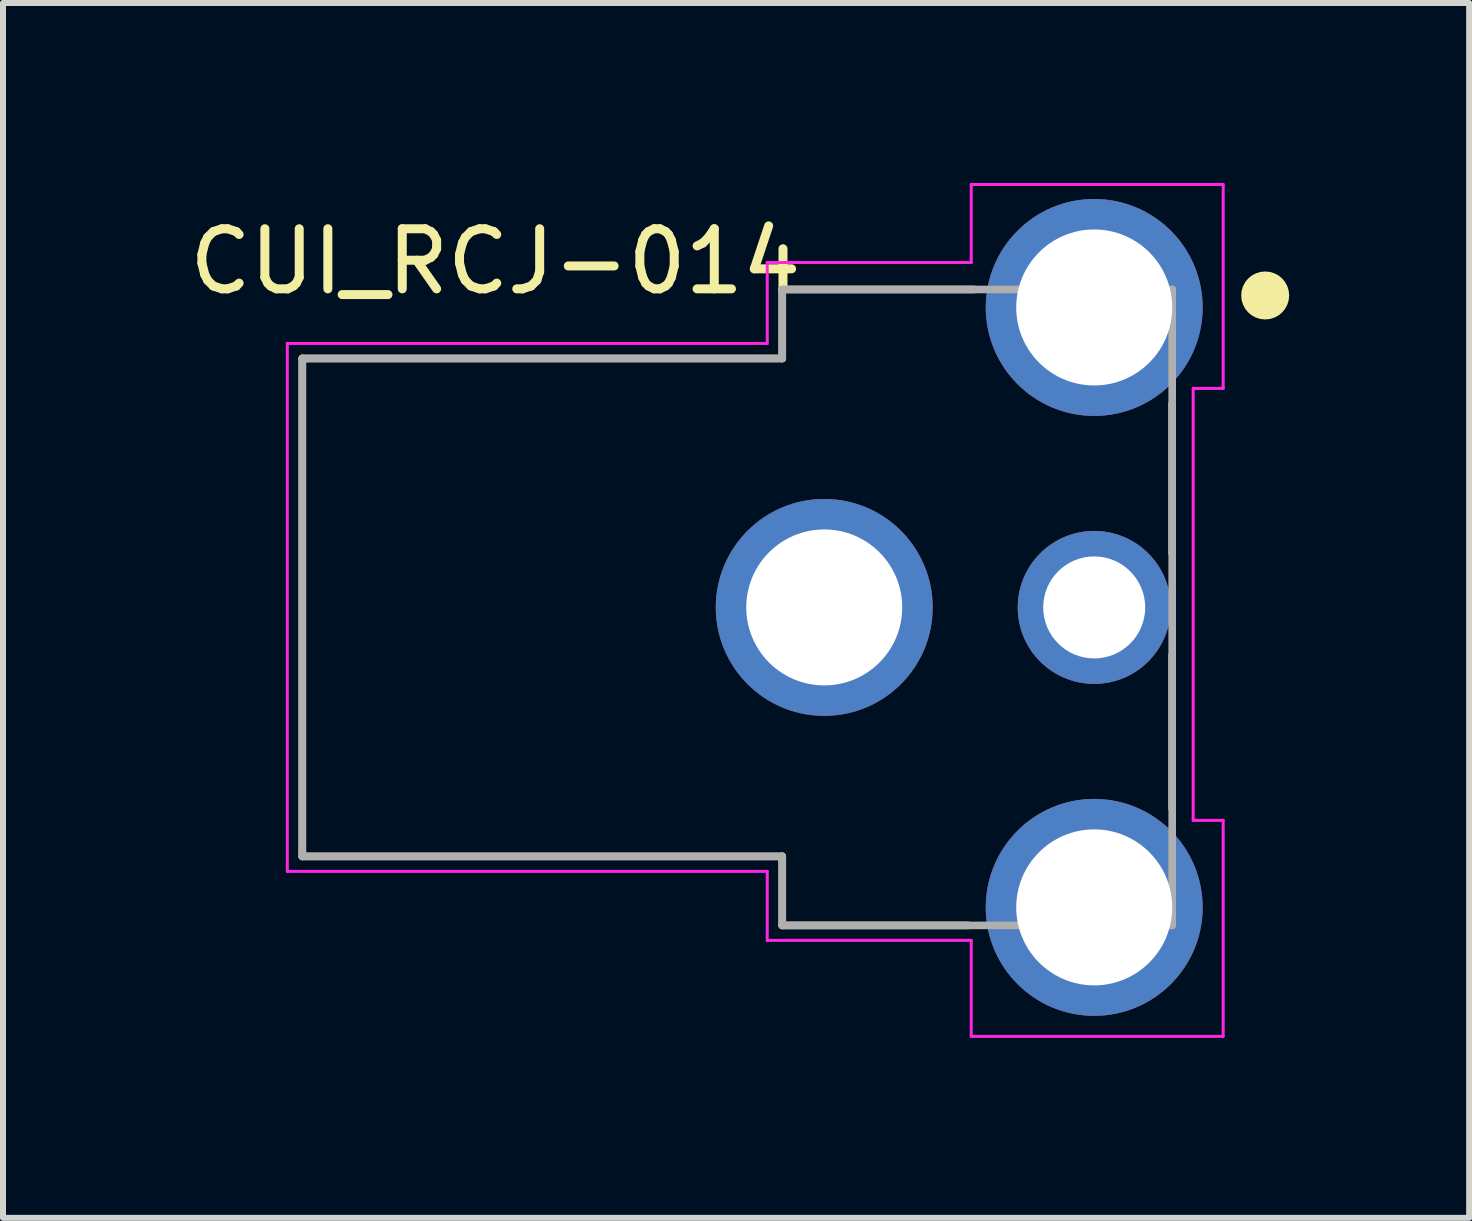
<source format=kicad_pcb>
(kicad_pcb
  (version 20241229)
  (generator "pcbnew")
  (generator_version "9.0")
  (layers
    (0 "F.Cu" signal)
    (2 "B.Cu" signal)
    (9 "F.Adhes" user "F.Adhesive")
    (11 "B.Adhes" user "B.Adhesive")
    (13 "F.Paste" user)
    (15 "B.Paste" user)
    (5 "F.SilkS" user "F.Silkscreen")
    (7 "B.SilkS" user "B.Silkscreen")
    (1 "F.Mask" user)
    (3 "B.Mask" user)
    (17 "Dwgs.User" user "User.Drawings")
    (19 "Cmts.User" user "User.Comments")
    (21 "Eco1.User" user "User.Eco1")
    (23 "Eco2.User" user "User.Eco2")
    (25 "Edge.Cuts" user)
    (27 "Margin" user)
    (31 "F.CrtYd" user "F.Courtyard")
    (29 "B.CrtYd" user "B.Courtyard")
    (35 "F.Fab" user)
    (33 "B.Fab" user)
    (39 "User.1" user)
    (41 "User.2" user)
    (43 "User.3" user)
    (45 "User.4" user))
  (footprint "CUI_RCJ-014"
    (layer "F.Cu")
    (at 9.239 7.075)
    (property "Reference" "CUI_RCJ-014" (at -4.033 -5.766 0) (layer "F.SilkS") (effects (font (size 1.002 1.002) (thickness 0.15))))
    (attr through_hole)
    (fp_line (start -7.25 -4.15) (end -7.25 4.15) (stroke (width 0.127) (type solid)) (layer "F.SilkS"))
    (fp_line (start -7.25 4.15) (end 0.75 4.15) (stroke (width 0.127) (type solid)) (layer "F.SilkS"))
    (fp_line (start 0.75 -5.3) (end 0.75 -4.15) (stroke (width 0.127) (type solid)) (layer "F.SilkS"))
    (fp_line (start 0.75 -4.15) (end -7.25 -4.15) (stroke (width 0.127) (type solid)) (layer "F.SilkS"))
    (fp_line (start 0.75 4.15) (end 0.75 5.3) (stroke (width 0.127) (type solid)) (layer "F.SilkS"))
    (fp_line (start 0.75 5.3) (end 3.85 5.3) (stroke (width 0.127) (type solid)) (layer "F.SilkS"))
    (fp_line (start 3.95 -5.3) (end 0.75 -5.3) (stroke (width 0.127) (type solid)) (layer "F.SilkS"))
    (fp_line (start 7.25 -0.9) (end 7.25 -3.4) (stroke (width 0.127) (type solid)) (layer "F.SilkS"))
    (fp_line (start 7.25 3.35) (end 7.25 0.8) (stroke (width 0.127) (type solid)) (layer "F.SilkS"))
    (fp_circle (center 8.8 -5.2) (end 9 -5.2) (stroke (width 0.4) (type solid)) (fill no) (layer "F.SilkS"))
    (fp_line (start -7.5 -4.4) (end -7.5 4.4) (stroke (width 0.05) (type solid)) (layer "F.CrtYd"))
    (fp_line (start -7.5 4.4) (end 0.5 4.4) (stroke (width 0.05) (type solid)) (layer "F.CrtYd"))
    (fp_line (start 0.5 -5.75) (end 0.5 -4.4) (stroke (width 0.05) (type solid)) (layer "F.CrtYd"))
    (fp_line (start 0.5 -4.4) (end -7.5 -4.4) (stroke (width 0.05) (type solid)) (layer "F.CrtYd"))
    (fp_line (start 0.5 4.4) (end 0.5 5.55) (stroke (width 0.05) (type solid)) (layer "F.CrtYd"))
    (fp_line (start 0.5 5.55) (end 3.9 5.55) (stroke (width 0.05) (type solid)) (layer "F.CrtYd"))
    (fp_line (start 3.9 -7.05) (end 8.1 -7.05) (stroke (width 0.05) (type solid)) (layer "F.CrtYd"))
    (fp_line (start 3.9 -5.75) (end 0.5 -5.75) (stroke (width 0.05) (type solid)) (layer "F.CrtYd"))
    (fp_line (start 3.9 -5.75) (end 3.9 -7.05) (stroke (width 0.05) (type solid)) (layer "F.CrtYd"))
    (fp_line (start 3.9 7.15) (end 3.9 5.55) (stroke (width 0.05) (type solid)) (layer "F.CrtYd"))
    (fp_line (start 7.6 -3.65) (end 7.6 3.55) (stroke (width 0.05) (type solid)) (layer "F.CrtYd"))
    (fp_line (start 7.6 3.55) (end 8.1 3.55) (stroke (width 0.05) (type solid)) (layer "F.CrtYd"))
    (fp_line (start 8.1 -7.05) (end 8.1 -3.65) (stroke (width 0.05) (type solid)) (layer "F.CrtYd"))
    (fp_line (start 8.1 -3.65) (end 7.6 -3.65) (stroke (width 0.05) (type solid)) (layer "F.CrtYd"))
    (fp_line (start 8.1 7.15) (end 3.9 7.15) (stroke (width 0.05) (type solid)) (layer "F.CrtYd"))
    (fp_line (start 8.1 7.15) (end 8.1 3.55) (stroke (width 0.05) (type solid)) (layer "F.CrtYd"))
    (fp_line (start -7.25 -4.15) (end -7.25 4.15) (stroke (width 0.127) (type solid)) (layer "F.Fab"))
    (fp_line (start -7.25 4.15) (end 0.75 4.15) (stroke (width 0.127) (type solid)) (layer "F.Fab"))
    (fp_line (start 0.75 -5.3) (end 0.75 -4.15) (stroke (width 0.127) (type solid)) (layer "F.Fab"))
    (fp_line (start 0.75 -4.15) (end -7.25 -4.15) (stroke (width 0.127) (type solid)) (layer "F.Fab"))
    (fp_line (start 0.75 4.15) (end 0.75 5.3) (stroke (width 0.127) (type solid)) (layer "F.Fab"))
    (fp_line (start 0.75 5.3) (end 7.25 5.3) (stroke (width 0.127) (type solid)) (layer "F.Fab"))
    (fp_line (start 7.25 -5.3) (end 0.75 -5.3) (stroke (width 0.127) (type solid)) (layer "F.Fab"))
    (fp_line (start 7.25 5.3) (end 7.25 -5.3) (stroke (width 0.127) (type solid)) (layer "F.Fab"))
    (pad "1A" thru_hole circle (at 5.95 -5) (size 3.616 3.616) (drill 2.6) (layers "*.Cu" "*.Mask"))
    (pad "1B" thru_hole circle (at 5.95 5) (size 3.616 3.616) (drill 2.6) (layers "*.Cu" "*.Mask"))
    (pad "1C" thru_hole circle (at 1.45 0) (size 3.616 3.616) (drill 2.6) (layers "*.Cu" "*.Mask"))
    (pad "2" thru_hole circle (at 5.95 0) (size 2.55 2.55) (drill 1.7) (layers "*.Cu" "*.Mask")))
  (gr_rect
    (start -3 -3)
    (end 21.439 17.25)
    (stroke (width 0.1) (type default))
    (fill no)
    (layer "Edge.Cuts")))
</source>
